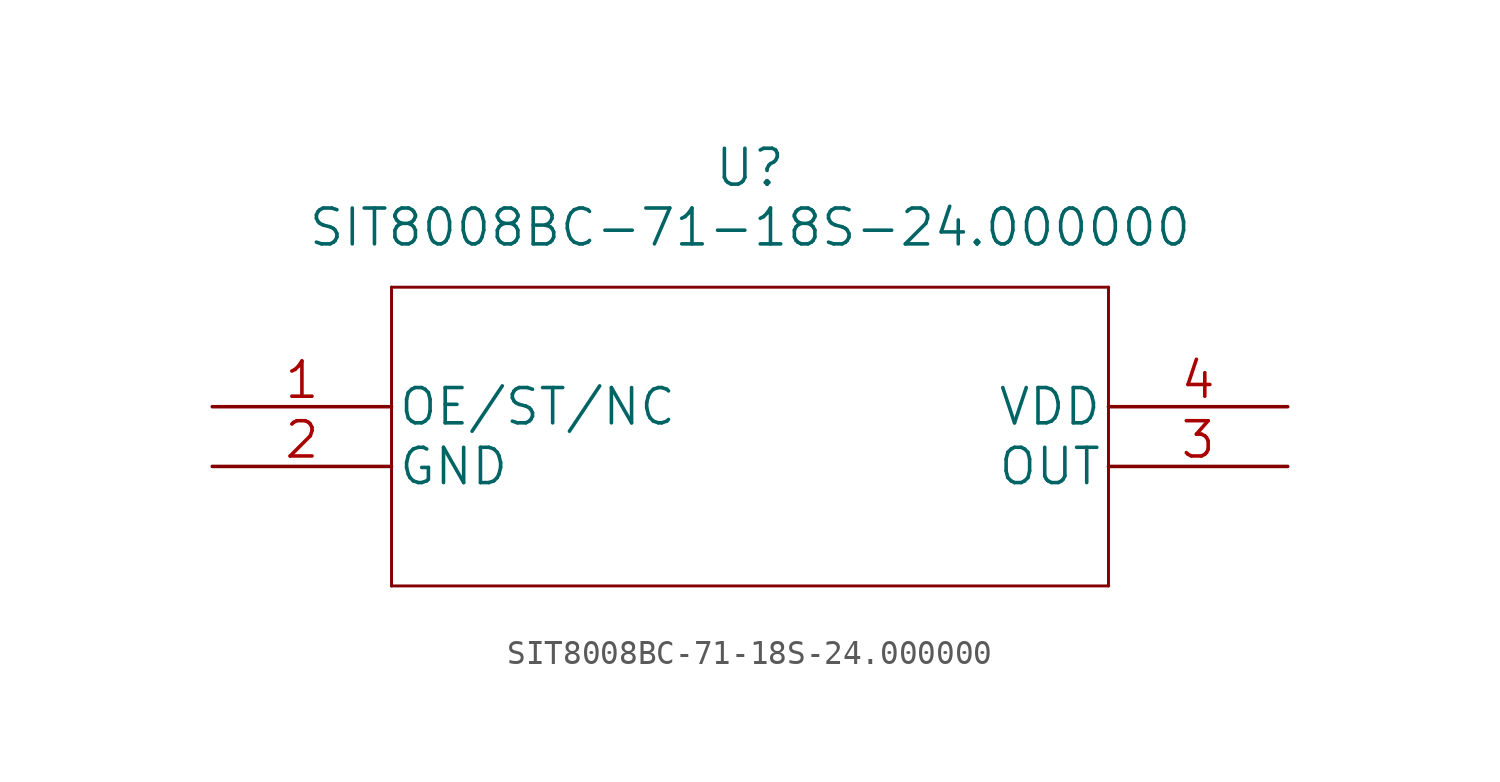
<source format=kicad_sym>
(kicad_symbol_lib
  (version 20220914)
  (generator kicad_symbol_editor)
  (symbol "SIT8008BC-71-18S-24.000000"
    (pin_names
      (offset 0.254))
    (property "Reference" "U"
      (at 22.86 10.16 0)
      (effects (font (size 1.524 1.524))))
    (property "Value" "SIT8008BC-71-18S-24.000000"
      (at 22.86 7.62 0)
      (effects (font (size 1.524 1.524))))
    (property "Datasheet" ""
      (at 0 0 0)
      (effects (font (size 1.524 1.524))))
    (symbol "SIT8008BC-71-18S-24.000000_1_1"
      (polyline (pts (xy 7.62 -7.62) (xy 38.1 -7.62)) (stroke (width 0.127) (type solid)) (fill (type none)))
      (polyline (pts (xy 7.62 5.08) (xy 7.62 -7.62)) (stroke (width 0.127) (type solid)) (fill (type none)))
      (polyline (pts (xy 38.1 -7.62) (xy 38.1 5.08)) (stroke (width 0.127) (type solid)) (fill (type none)))
      (polyline (pts (xy 38.1 5.08) (xy 7.62 5.08)) (stroke (width 0.127) (type solid)) (fill (type none)))
      (pin output line (at 0 0 0) (length 7.62) (name "OE/ST/NC" (effects (font (size 1.499 1.499)))) (number "1" (effects (font (size 1.499 1.499)))))
      (pin power_in line (at 0 -2.54 0) (length 7.62) (name "GND" (effects (font (size 1.499 1.499)))) (number "2" (effects (font (size 1.499 1.499)))))
      (pin output line (at 45.72 -2.54 180) (length 7.62) (name "OUT" (effects (font (size 1.499 1.499)))) (number "3" (effects (font (size 1.499 1.499)))))
      (pin power_in line (at 45.72 0 180) (length 7.62) (name "VDD" (effects (font (size 1.499 1.499)))) (number "4" (effects (font (size 1.499 1.499))))))))
</source>
